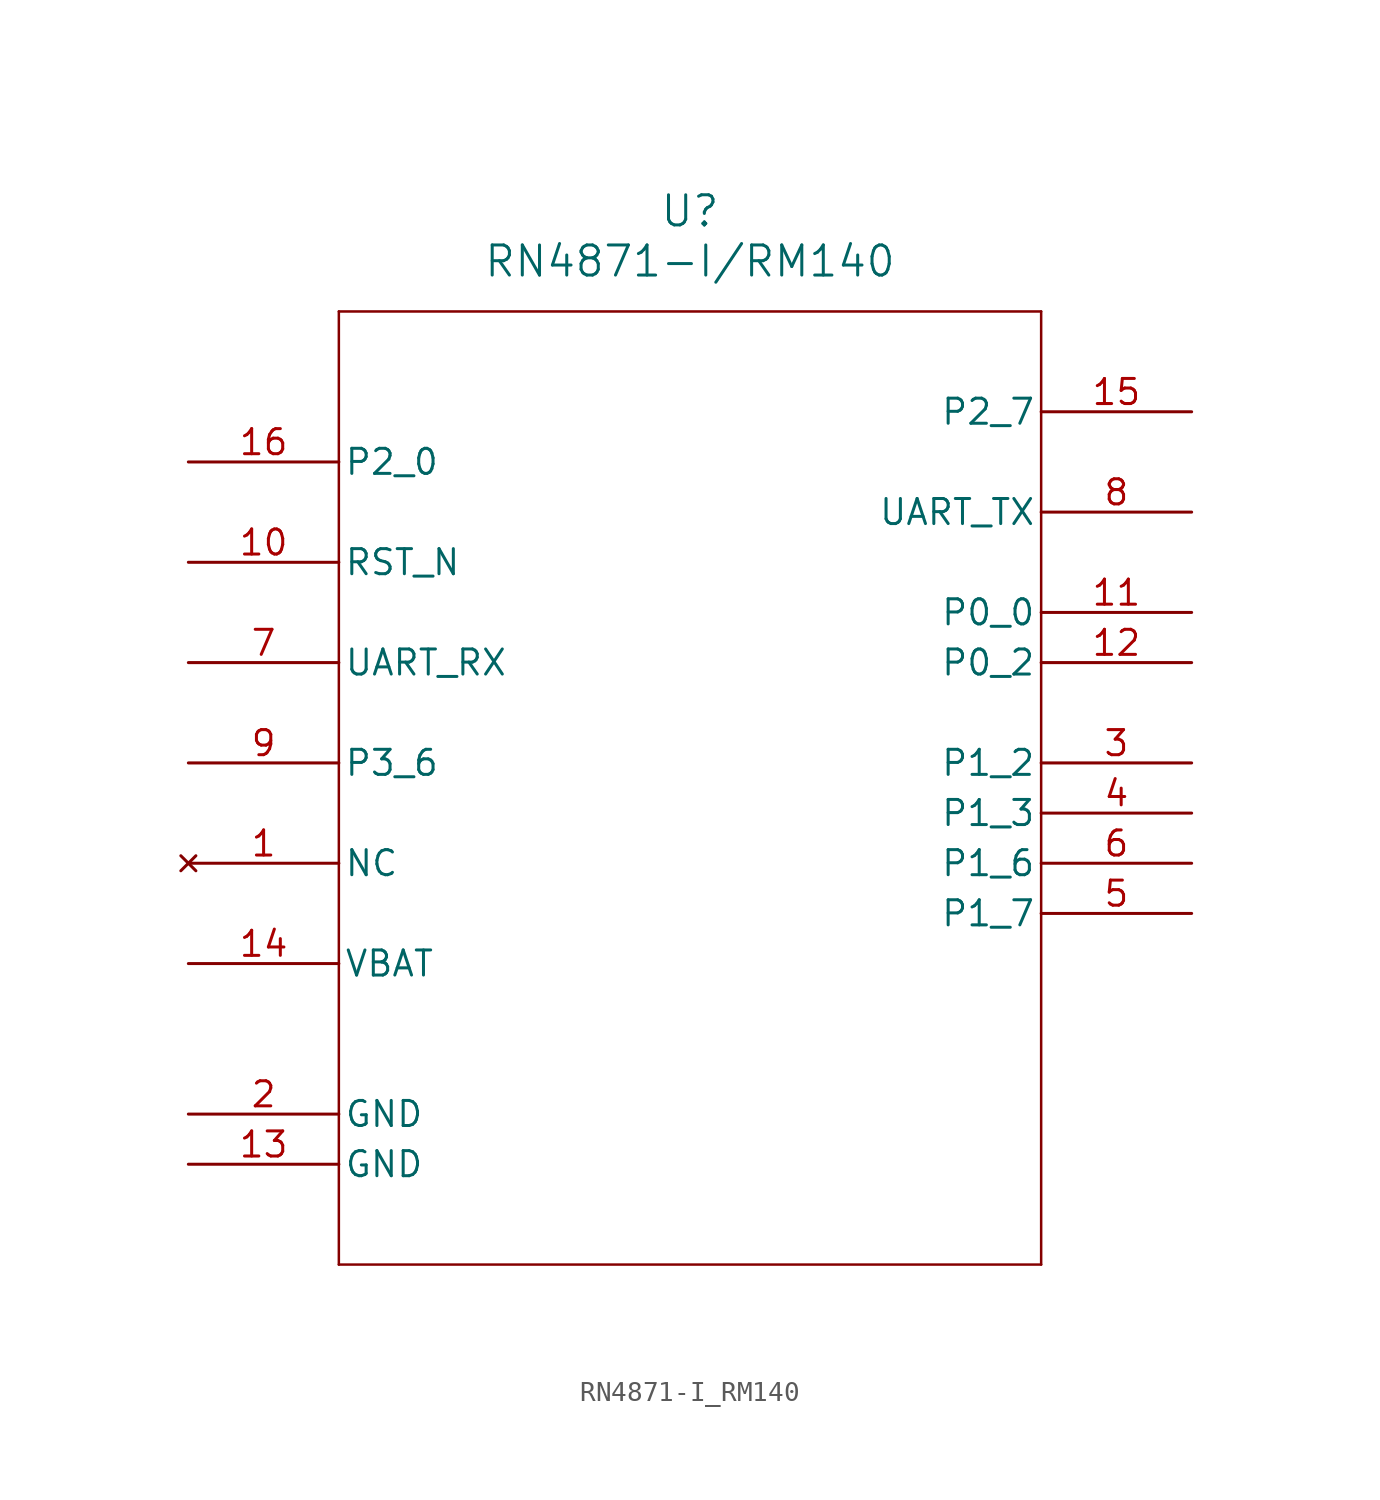
<source format=kicad_sym>
(kicad_symbol_lib
  (version 20211014)
  (generator kicad_symbol_editor)
  (symbol "RN4871-I_RM140"
    (pin_names
      (offset 0.254))
    (property "Reference" "U"
      (at 25.4 12.7 0)
      (effects (font (size 1.524 1.524))))
    (property "Value" "RN4871-I/RM140"
      (at 25.4 10.16 0)
      (effects (font (size 1.524 1.524))))
    (symbol "RN4871-I_RM140_0_1"
      (polyline (pts (xy 7.62 7.62) (xy 7.62 -40.64)) (stroke (width 0.127) (type default) (color 0 0 0 0)) (fill (type none)))
      (polyline (pts (xy 7.62 -40.64) (xy 43.18 -40.64)) (stroke (width 0.127) (type default) (color 0 0 0 0)) (fill (type none)))
      (polyline (pts (xy 43.18 -40.64) (xy 43.18 7.62)) (stroke (width 0.127) (type default) (color 0 0 0 0)) (fill (type none)))
      (polyline (pts (xy 43.18 7.62) (xy 7.62 7.62)) (stroke (width 0.127) (type default) (color 0 0 0 0)) (fill (type none)))
      (pin no_connect line (at 0 -20.32 0) (length 7.62) (name "NC" (effects (font (size 1.27 1.27)))) (number "1" (effects (font (size 1.27 1.27)))))
      (pin power_out line (at 0 -33.02 0) (length 7.62) (name "GND" (effects (font (size 1.27 1.27)))) (number "2" (effects (font (size 1.27 1.27)))))
      (pin bidirectional line (at 50.8 -15.24 180) (length 7.62) (name "P1_2" (effects (font (size 1.27 1.27)))) (number "3" (effects (font (size 1.27 1.27)))))
      (pin bidirectional line (at 50.8 -17.78 180) (length 7.62) (name "P1_3" (effects (font (size 1.27 1.27)))) (number "4" (effects (font (size 1.27 1.27)))))
      (pin bidirectional line (at 50.8 -22.86 180) (length 7.62) (name "P1_7" (effects (font (size 1.27 1.27)))) (number "5" (effects (font (size 1.27 1.27)))))
      (pin bidirectional line (at 50.8 -20.32 180) (length 7.62) (name "P1_6" (effects (font (size 1.27 1.27)))) (number "6" (effects (font (size 1.27 1.27)))))
      (pin input line (at 0 -10.16 0) (length 7.62) (name "UART_RX" (effects (font (size 1.27 1.27)))) (number "7" (effects (font (size 1.27 1.27)))))
      (pin output line (at 50.8 -2.54 180) (length 7.62) (name "UART_TX" (effects (font (size 1.27 1.27)))) (number "8" (effects (font (size 1.27 1.27)))))
      (pin bidirectional line (at 0 -15.24 0) (length 7.62) (name "P3_6" (effects (font (size 1.27 1.27)))) (number "9" (effects (font (size 1.27 1.27)))))
      (pin input line (at 0 -5.08 0) (length 7.62) (name "RST_N" (effects (font (size 1.27 1.27)))) (number "10" (effects (font (size 1.27 1.27)))))
      (pin bidirectional line (at 50.8 -7.62 180) (length 7.62) (name "P0_0" (effects (font (size 1.27 1.27)))) (number "11" (effects (font (size 1.27 1.27)))))
      (pin bidirectional line (at 50.8 -10.16 180) (length 7.62) (name "P0_2" (effects (font (size 1.27 1.27)))) (number "12" (effects (font (size 1.27 1.27)))))
      (pin power_out line (at 0 -35.56 0) (length 7.62) (name "GND" (effects (font (size 1.27 1.27)))) (number "13" (effects (font (size 1.27 1.27)))))
      (pin power_in line (at 0 -25.4 0) (length 7.62) (name "VBAT" (effects (font (size 1.27 1.27)))) (number "14" (effects (font (size 1.27 1.27)))))
      (pin output line (at 50.8 2.54 180) (length 7.62) (name "P2_7" (effects (font (size 1.27 1.27)))) (number "15" (effects (font (size 1.27 1.27)))))
      (pin input line (at 0 0 0) (length 7.62) (name "P2_0" (effects (font (size 1.27 1.27)))) (number "16" (effects (font (size 1.27 1.27))))))))
</source>
